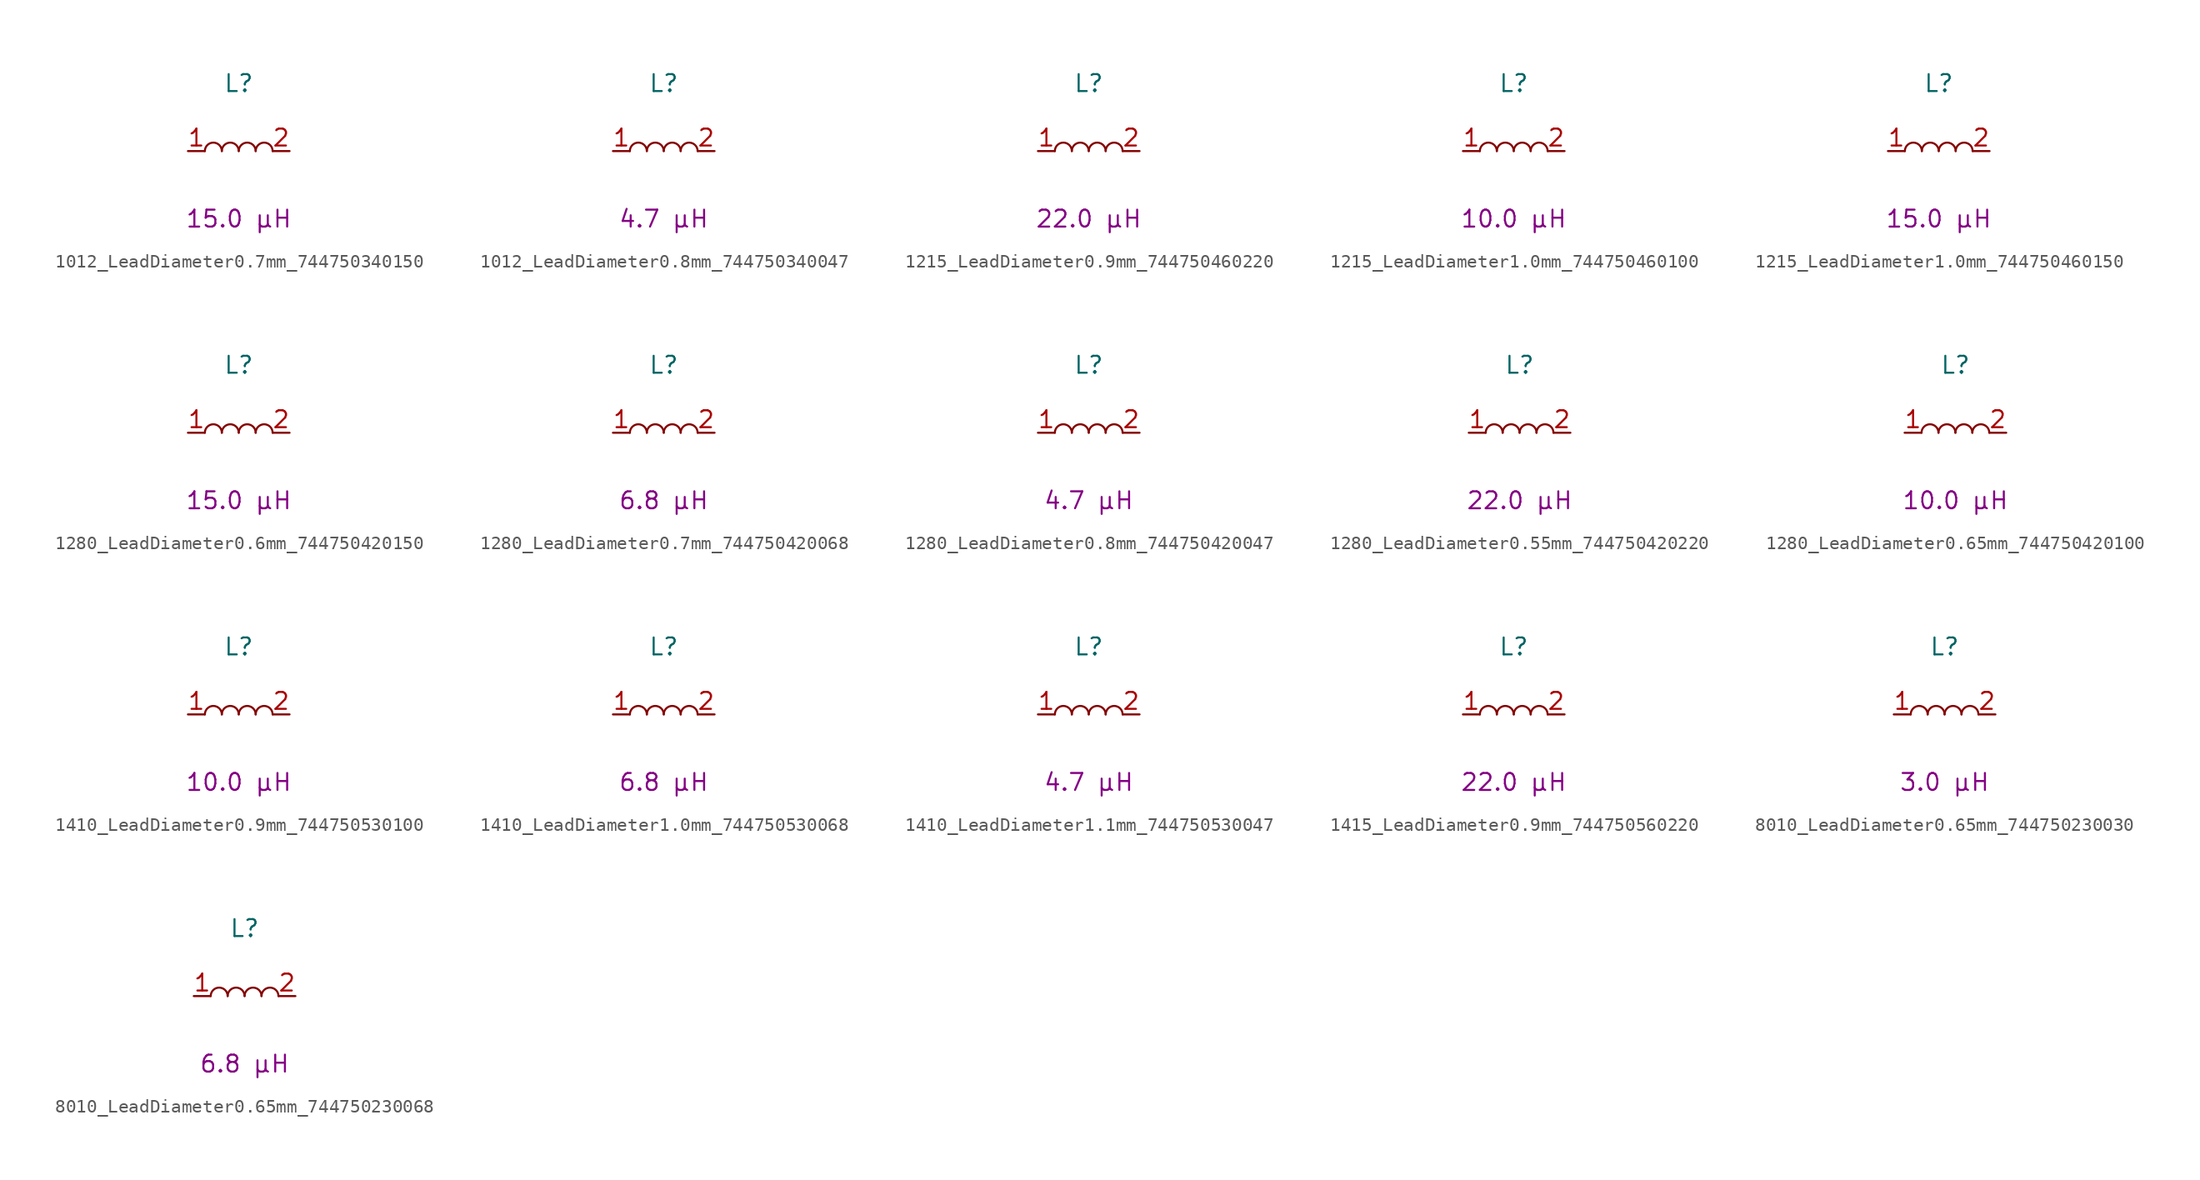
<source format=kicad_sym>
(kicad_symbol_lib
  (version 20220914)
  (generator kicad_symbol_editor)
  (symbol "1012_LeadDiameter0.7mm_744750340150"
    (pin_names hide)
    (property "Reference" "L"
      (at 0 5.08 0)
      (effects (font (size 1.27 1.27))))
    (property "Critical Parameter" "15.0 µH"
      (at 0 -5.08 0)
      (effects (font (size 1.27 1.27))))
    (symbol "1012_LeadDiameter0.7mm_744750340150_0_1"
      (arc (start -1.27 0) (mid -1.905 0.6323) (end -2.54 0) (stroke (width 0) (type default)) (fill (type none)))
      (arc (start 0 0) (mid -0.635 0.6323) (end -1.27 0) (stroke (width 0) (type default)) (fill (type none)))
      (arc (start 1.27 0) (mid 0.635 0.6323) (end 0 0) (stroke (width 0) (type default)) (fill (type none)))
      (arc (start 2.54 0) (mid 1.905 0.6323) (end 1.27 0) (stroke (width 0) (type default)) (fill (type none))))
    (symbol "1012_LeadDiameter0.7mm_744750340150_1_1"
      (pin passive line (at -3.81 0 0) (length 1.27) (name "1" (effects (font (size 1.27 1.27)))) (number "1" (effects (font (size 1.27 1.27)))))
      (pin passive line (at 3.81 0 180) (length 1.27) (name "2" (effects (font (size 1.27 1.27)))) (number "2" (effects (font (size 1.27 1.27)))))))
  (symbol "1012_LeadDiameter0.8mm_744750340047"
    (pin_names hide)
    (property "Reference" "L"
      (at 0 5.08 0)
      (effects (font (size 1.27 1.27))))
    (property "Critical Parameter" "4.7 µH"
      (at 0 -5.08 0)
      (effects (font (size 1.27 1.27))))
    (symbol "1012_LeadDiameter0.8mm_744750340047_0_1"
      (arc (start -1.27 0) (mid -1.905 0.6323) (end -2.54 0) (stroke (width 0) (type default)) (fill (type none)))
      (arc (start 0 0) (mid -0.635 0.6323) (end -1.27 0) (stroke (width 0) (type default)) (fill (type none)))
      (arc (start 1.27 0) (mid 0.635 0.6323) (end 0 0) (stroke (width 0) (type default)) (fill (type none)))
      (arc (start 2.54 0) (mid 1.905 0.6323) (end 1.27 0) (stroke (width 0) (type default)) (fill (type none))))
    (symbol "1012_LeadDiameter0.8mm_744750340047_1_1"
      (pin passive line (at -3.81 0 0) (length 1.27) (name "1" (effects (font (size 1.27 1.27)))) (number "1" (effects (font (size 1.27 1.27)))))
      (pin passive line (at 3.81 0 180) (length 1.27) (name "2" (effects (font (size 1.27 1.27)))) (number "2" (effects (font (size 1.27 1.27)))))))
  (symbol "1215_LeadDiameter0.9mm_744750460220"
    (pin_names hide)
    (property "Reference" "L"
      (at 0 5.08 0)
      (effects (font (size 1.27 1.27))))
    (property "Critical Parameter" "22.0 µH"
      (at 0 -5.08 0)
      (effects (font (size 1.27 1.27))))
    (symbol "1215_LeadDiameter0.9mm_744750460220_0_1"
      (arc (start -1.27 0) (mid -1.905 0.6323) (end -2.54 0) (stroke (width 0) (type default)) (fill (type none)))
      (arc (start 0 0) (mid -0.635 0.6323) (end -1.27 0) (stroke (width 0) (type default)) (fill (type none)))
      (arc (start 1.27 0) (mid 0.635 0.6323) (end 0 0) (stroke (width 0) (type default)) (fill (type none)))
      (arc (start 2.54 0) (mid 1.905 0.6323) (end 1.27 0) (stroke (width 0) (type default)) (fill (type none))))
    (symbol "1215_LeadDiameter0.9mm_744750460220_1_1"
      (pin passive line (at -3.81 0 0) (length 1.27) (name "1" (effects (font (size 1.27 1.27)))) (number "1" (effects (font (size 1.27 1.27)))))
      (pin passive line (at 3.81 0 180) (length 1.27) (name "2" (effects (font (size 1.27 1.27)))) (number "2" (effects (font (size 1.27 1.27)))))))
  (symbol "1215_LeadDiameter1.0mm_744750460100"
    (pin_names hide)
    (property "Reference" "L"
      (at 0 5.08 0)
      (effects (font (size 1.27 1.27))))
    (property "Critical Parameter" "10.0 µH"
      (at 0 -5.08 0)
      (effects (font (size 1.27 1.27))))
    (symbol "1215_LeadDiameter1.0mm_744750460100_0_1"
      (arc (start -1.27 0) (mid -1.905 0.6323) (end -2.54 0) (stroke (width 0) (type default)) (fill (type none)))
      (arc (start 0 0) (mid -0.635 0.6323) (end -1.27 0) (stroke (width 0) (type default)) (fill (type none)))
      (arc (start 1.27 0) (mid 0.635 0.6323) (end 0 0) (stroke (width 0) (type default)) (fill (type none)))
      (arc (start 2.54 0) (mid 1.905 0.6323) (end 1.27 0) (stroke (width 0) (type default)) (fill (type none))))
    (symbol "1215_LeadDiameter1.0mm_744750460100_1_1"
      (pin passive line (at -3.81 0 0) (length 1.27) (name "1" (effects (font (size 1.27 1.27)))) (number "1" (effects (font (size 1.27 1.27)))))
      (pin passive line (at 3.81 0 180) (length 1.27) (name "2" (effects (font (size 1.27 1.27)))) (number "2" (effects (font (size 1.27 1.27)))))))
  (symbol "1215_LeadDiameter1.0mm_744750460150"
    (pin_names hide)
    (property "Reference" "L"
      (at 0 5.08 0)
      (effects (font (size 1.27 1.27))))
    (property "Critical Parameter" "15.0 µH"
      (at 0 -5.08 0)
      (effects (font (size 1.27 1.27))))
    (symbol "1215_LeadDiameter1.0mm_744750460150_0_1"
      (arc (start -1.27 0) (mid -1.905 0.6323) (end -2.54 0) (stroke (width 0) (type default)) (fill (type none)))
      (arc (start 0 0) (mid -0.635 0.6323) (end -1.27 0) (stroke (width 0) (type default)) (fill (type none)))
      (arc (start 1.27 0) (mid 0.635 0.6323) (end 0 0) (stroke (width 0) (type default)) (fill (type none)))
      (arc (start 2.54 0) (mid 1.905 0.6323) (end 1.27 0) (stroke (width 0) (type default)) (fill (type none))))
    (symbol "1215_LeadDiameter1.0mm_744750460150_1_1"
      (pin passive line (at -3.81 0 0) (length 1.27) (name "1" (effects (font (size 1.27 1.27)))) (number "1" (effects (font (size 1.27 1.27)))))
      (pin passive line (at 3.81 0 180) (length 1.27) (name "2" (effects (font (size 1.27 1.27)))) (number "2" (effects (font (size 1.27 1.27)))))))
  (symbol "1280_LeadDiameter0.6mm_744750420150"
    (pin_names hide)
    (property "Reference" "L"
      (at 0 5.08 0)
      (effects (font (size 1.27 1.27))))
    (property "Critical Parameter" "15.0 µH"
      (at 0 -5.08 0)
      (effects (font (size 1.27 1.27))))
    (symbol "1280_LeadDiameter0.6mm_744750420150_0_1"
      (arc (start -1.27 0) (mid -1.905 0.6323) (end -2.54 0) (stroke (width 0) (type default)) (fill (type none)))
      (arc (start 0 0) (mid -0.635 0.6323) (end -1.27 0) (stroke (width 0) (type default)) (fill (type none)))
      (arc (start 1.27 0) (mid 0.635 0.6323) (end 0 0) (stroke (width 0) (type default)) (fill (type none)))
      (arc (start 2.54 0) (mid 1.905 0.6323) (end 1.27 0) (stroke (width 0) (type default)) (fill (type none))))
    (symbol "1280_LeadDiameter0.6mm_744750420150_1_1"
      (pin passive line (at -3.81 0 0) (length 1.27) (name "1" (effects (font (size 1.27 1.27)))) (number "1" (effects (font (size 1.27 1.27)))))
      (pin passive line (at 3.81 0 180) (length 1.27) (name "2" (effects (font (size 1.27 1.27)))) (number "2" (effects (font (size 1.27 1.27)))))))
  (symbol "1280_LeadDiameter0.7mm_744750420068"
    (pin_names hide)
    (property "Reference" "L"
      (at 0 5.08 0)
      (effects (font (size 1.27 1.27))))
    (property "Critical Parameter" "6.8 µH"
      (at 0 -5.08 0)
      (effects (font (size 1.27 1.27))))
    (symbol "1280_LeadDiameter0.7mm_744750420068_0_1"
      (arc (start -1.27 0) (mid -1.905 0.6323) (end -2.54 0) (stroke (width 0) (type default)) (fill (type none)))
      (arc (start 0 0) (mid -0.635 0.6323) (end -1.27 0) (stroke (width 0) (type default)) (fill (type none)))
      (arc (start 1.27 0) (mid 0.635 0.6323) (end 0 0) (stroke (width 0) (type default)) (fill (type none)))
      (arc (start 2.54 0) (mid 1.905 0.6323) (end 1.27 0) (stroke (width 0) (type default)) (fill (type none))))
    (symbol "1280_LeadDiameter0.7mm_744750420068_1_1"
      (pin passive line (at -3.81 0 0) (length 1.27) (name "1" (effects (font (size 1.27 1.27)))) (number "1" (effects (font (size 1.27 1.27)))))
      (pin passive line (at 3.81 0 180) (length 1.27) (name "2" (effects (font (size 1.27 1.27)))) (number "2" (effects (font (size 1.27 1.27)))))))
  (symbol "1280_LeadDiameter0.8mm_744750420047"
    (pin_names hide)
    (property "Reference" "L"
      (at 0 5.08 0)
      (effects (font (size 1.27 1.27))))
    (property "Critical Parameter" "4.7 µH"
      (at 0 -5.08 0)
      (effects (font (size 1.27 1.27))))
    (symbol "1280_LeadDiameter0.8mm_744750420047_0_1"
      (arc (start -1.27 0) (mid -1.905 0.6323) (end -2.54 0) (stroke (width 0) (type default)) (fill (type none)))
      (arc (start 0 0) (mid -0.635 0.6323) (end -1.27 0) (stroke (width 0) (type default)) (fill (type none)))
      (arc (start 1.27 0) (mid 0.635 0.6323) (end 0 0) (stroke (width 0) (type default)) (fill (type none)))
      (arc (start 2.54 0) (mid 1.905 0.6323) (end 1.27 0) (stroke (width 0) (type default)) (fill (type none))))
    (symbol "1280_LeadDiameter0.8mm_744750420047_1_1"
      (pin passive line (at -3.81 0 0) (length 1.27) (name "1" (effects (font (size 1.27 1.27)))) (number "1" (effects (font (size 1.27 1.27)))))
      (pin passive line (at 3.81 0 180) (length 1.27) (name "2" (effects (font (size 1.27 1.27)))) (number "2" (effects (font (size 1.27 1.27)))))))
  (symbol "1280_LeadDiameter0.55mm_744750420220"
    (pin_names hide)
    (property "Reference" "L"
      (at 0 5.08 0)
      (effects (font (size 1.27 1.27))))
    (property "Critical Parameter" "22.0 µH"
      (at 0 -5.08 0)
      (effects (font (size 1.27 1.27))))
    (symbol "1280_LeadDiameter0.55mm_744750420220_0_1"
      (arc (start -1.27 0) (mid -1.905 0.6323) (end -2.54 0) (stroke (width 0) (type default)) (fill (type none)))
      (arc (start 0 0) (mid -0.635 0.6323) (end -1.27 0) (stroke (width 0) (type default)) (fill (type none)))
      (arc (start 1.27 0) (mid 0.635 0.6323) (end 0 0) (stroke (width 0) (type default)) (fill (type none)))
      (arc (start 2.54 0) (mid 1.905 0.6323) (end 1.27 0) (stroke (width 0) (type default)) (fill (type none))))
    (symbol "1280_LeadDiameter0.55mm_744750420220_1_1"
      (pin passive line (at -3.81 0 0) (length 1.27) (name "1" (effects (font (size 1.27 1.27)))) (number "1" (effects (font (size 1.27 1.27)))))
      (pin passive line (at 3.81 0 180) (length 1.27) (name "2" (effects (font (size 1.27 1.27)))) (number "2" (effects (font (size 1.27 1.27)))))))
  (symbol "1280_LeadDiameter0.65mm_744750420100"
    (pin_names hide)
    (property "Reference" "L"
      (at 0 5.08 0)
      (effects (font (size 1.27 1.27))))
    (property "Critical Parameter" "10.0 µH"
      (at 0 -5.08 0)
      (effects (font (size 1.27 1.27))))
    (symbol "1280_LeadDiameter0.65mm_744750420100_0_1"
      (arc (start -1.27 0) (mid -1.905 0.6323) (end -2.54 0) (stroke (width 0) (type default)) (fill (type none)))
      (arc (start 0 0) (mid -0.635 0.6323) (end -1.27 0) (stroke (width 0) (type default)) (fill (type none)))
      (arc (start 1.27 0) (mid 0.635 0.6323) (end 0 0) (stroke (width 0) (type default)) (fill (type none)))
      (arc (start 2.54 0) (mid 1.905 0.6323) (end 1.27 0) (stroke (width 0) (type default)) (fill (type none))))
    (symbol "1280_LeadDiameter0.65mm_744750420100_1_1"
      (pin passive line (at -3.81 0 0) (length 1.27) (name "1" (effects (font (size 1.27 1.27)))) (number "1" (effects (font (size 1.27 1.27)))))
      (pin passive line (at 3.81 0 180) (length 1.27) (name "2" (effects (font (size 1.27 1.27)))) (number "2" (effects (font (size 1.27 1.27)))))))
  (symbol "1410_LeadDiameter0.9mm_744750530100"
    (pin_names hide)
    (property "Reference" "L"
      (at 0 5.08 0)
      (effects (font (size 1.27 1.27))))
    (property "Critical Parameter" "10.0 µH"
      (at 0 -5.08 0)
      (effects (font (size 1.27 1.27))))
    (symbol "1410_LeadDiameter0.9mm_744750530100_0_1"
      (arc (start -1.27 0) (mid -1.905 0.6323) (end -2.54 0) (stroke (width 0) (type default)) (fill (type none)))
      (arc (start 0 0) (mid -0.635 0.6323) (end -1.27 0) (stroke (width 0) (type default)) (fill (type none)))
      (arc (start 1.27 0) (mid 0.635 0.6323) (end 0 0) (stroke (width 0) (type default)) (fill (type none)))
      (arc (start 2.54 0) (mid 1.905 0.6323) (end 1.27 0) (stroke (width 0) (type default)) (fill (type none))))
    (symbol "1410_LeadDiameter0.9mm_744750530100_1_1"
      (pin passive line (at -3.81 0 0) (length 1.27) (name "1" (effects (font (size 1.27 1.27)))) (number "1" (effects (font (size 1.27 1.27)))))
      (pin passive line (at 3.81 0 180) (length 1.27) (name "2" (effects (font (size 1.27 1.27)))) (number "2" (effects (font (size 1.27 1.27)))))))
  (symbol "1410_LeadDiameter1.0mm_744750530068"
    (pin_names hide)
    (property "Reference" "L"
      (at 0 5.08 0)
      (effects (font (size 1.27 1.27))))
    (property "Critical Parameter" "6.8 µH"
      (at 0 -5.08 0)
      (effects (font (size 1.27 1.27))))
    (symbol "1410_LeadDiameter1.0mm_744750530068_0_1"
      (arc (start -1.27 0) (mid -1.905 0.6323) (end -2.54 0) (stroke (width 0) (type default)) (fill (type none)))
      (arc (start 0 0) (mid -0.635 0.6323) (end -1.27 0) (stroke (width 0) (type default)) (fill (type none)))
      (arc (start 1.27 0) (mid 0.635 0.6323) (end 0 0) (stroke (width 0) (type default)) (fill (type none)))
      (arc (start 2.54 0) (mid 1.905 0.6323) (end 1.27 0) (stroke (width 0) (type default)) (fill (type none))))
    (symbol "1410_LeadDiameter1.0mm_744750530068_1_1"
      (pin passive line (at -3.81 0 0) (length 1.27) (name "1" (effects (font (size 1.27 1.27)))) (number "1" (effects (font (size 1.27 1.27)))))
      (pin passive line (at 3.81 0 180) (length 1.27) (name "2" (effects (font (size 1.27 1.27)))) (number "2" (effects (font (size 1.27 1.27)))))))
  (symbol "1410_LeadDiameter1.1mm_744750530047"
    (pin_names hide)
    (property "Reference" "L"
      (at 0 5.08 0)
      (effects (font (size 1.27 1.27))))
    (property "Critical Parameter" "4.7 µH"
      (at 0 -5.08 0)
      (effects (font (size 1.27 1.27))))
    (symbol "1410_LeadDiameter1.1mm_744750530047_0_1"
      (arc (start -1.27 0) (mid -1.905 0.6323) (end -2.54 0) (stroke (width 0) (type default)) (fill (type none)))
      (arc (start 0 0) (mid -0.635 0.6323) (end -1.27 0) (stroke (width 0) (type default)) (fill (type none)))
      (arc (start 1.27 0) (mid 0.635 0.6323) (end 0 0) (stroke (width 0) (type default)) (fill (type none)))
      (arc (start 2.54 0) (mid 1.905 0.6323) (end 1.27 0) (stroke (width 0) (type default)) (fill (type none))))
    (symbol "1410_LeadDiameter1.1mm_744750530047_1_1"
      (pin passive line (at -3.81 0 0) (length 1.27) (name "1" (effects (font (size 1.27 1.27)))) (number "1" (effects (font (size 1.27 1.27)))))
      (pin passive line (at 3.81 0 180) (length 1.27) (name "2" (effects (font (size 1.27 1.27)))) (number "2" (effects (font (size 1.27 1.27)))))))
  (symbol "1415_LeadDiameter0.9mm_744750560220"
    (pin_names hide)
    (property "Reference" "L"
      (at 0 5.08 0)
      (effects (font (size 1.27 1.27))))
    (property "Critical Parameter" "22.0 µH"
      (at 0 -5.08 0)
      (effects (font (size 1.27 1.27))))
    (symbol "1415_LeadDiameter0.9mm_744750560220_0_1"
      (arc (start -1.27 0) (mid -1.905 0.6323) (end -2.54 0) (stroke (width 0) (type default)) (fill (type none)))
      (arc (start 0 0) (mid -0.635 0.6323) (end -1.27 0) (stroke (width 0) (type default)) (fill (type none)))
      (arc (start 1.27 0) (mid 0.635 0.6323) (end 0 0) (stroke (width 0) (type default)) (fill (type none)))
      (arc (start 2.54 0) (mid 1.905 0.6323) (end 1.27 0) (stroke (width 0) (type default)) (fill (type none))))
    (symbol "1415_LeadDiameter0.9mm_744750560220_1_1"
      (pin passive line (at -3.81 0 0) (length 1.27) (name "1" (effects (font (size 1.27 1.27)))) (number "1" (effects (font (size 1.27 1.27)))))
      (pin passive line (at 3.81 0 180) (length 1.27) (name "2" (effects (font (size 1.27 1.27)))) (number "2" (effects (font (size 1.27 1.27)))))))
  (symbol "8010_LeadDiameter0.65mm_744750230030"
    (pin_names hide)
    (property "Reference" "L"
      (at 0 5.08 0)
      (effects (font (size 1.27 1.27))))
    (property "Critical Parameter" "3.0 µH"
      (at 0 -5.08 0)
      (effects (font (size 1.27 1.27))))
    (symbol "8010_LeadDiameter0.65mm_744750230030_0_1"
      (arc (start -1.27 0) (mid -1.905 0.6323) (end -2.54 0) (stroke (width 0) (type default)) (fill (type none)))
      (arc (start 0 0) (mid -0.635 0.6323) (end -1.27 0) (stroke (width 0) (type default)) (fill (type none)))
      (arc (start 1.27 0) (mid 0.635 0.6323) (end 0 0) (stroke (width 0) (type default)) (fill (type none)))
      (arc (start 2.54 0) (mid 1.905 0.6323) (end 1.27 0) (stroke (width 0) (type default)) (fill (type none))))
    (symbol "8010_LeadDiameter0.65mm_744750230030_1_1"
      (pin passive line (at -3.81 0 0) (length 1.27) (name "1" (effects (font (size 1.27 1.27)))) (number "1" (effects (font (size 1.27 1.27)))))
      (pin passive line (at 3.81 0 180) (length 1.27) (name "2" (effects (font (size 1.27 1.27)))) (number "2" (effects (font (size 1.27 1.27)))))))
  (symbol "8010_LeadDiameter0.65mm_744750230068"
    (pin_names hide)
    (property "Reference" "L"
      (at 0 5.08 0)
      (effects (font (size 1.27 1.27))))
    (property "Critical Parameter" "6.8 µH"
      (at 0 -5.08 0)
      (effects (font (size 1.27 1.27))))
    (symbol "8010_LeadDiameter0.65mm_744750230068_0_1"
      (arc (start -1.27 0) (mid -1.905 0.6323) (end -2.54 0) (stroke (width 0) (type default)) (fill (type none)))
      (arc (start 0 0) (mid -0.635 0.6323) (end -1.27 0) (stroke (width 0) (type default)) (fill (type none)))
      (arc (start 1.27 0) (mid 0.635 0.6323) (end 0 0) (stroke (width 0) (type default)) (fill (type none)))
      (arc (start 2.54 0) (mid 1.905 0.6323) (end 1.27 0) (stroke (width 0) (type default)) (fill (type none))))
    (symbol "8010_LeadDiameter0.65mm_744750230068_1_1"
      (pin passive line (at -3.81 0 0) (length 1.27) (name "1" (effects (font (size 1.27 1.27)))) (number "1" (effects (font (size 1.27 1.27)))))
      (pin passive line (at 3.81 0 180) (length 1.27) (name "2" (effects (font (size 1.27 1.27)))) (number "2" (effects (font (size 1.27 1.27))))))))
</source>
